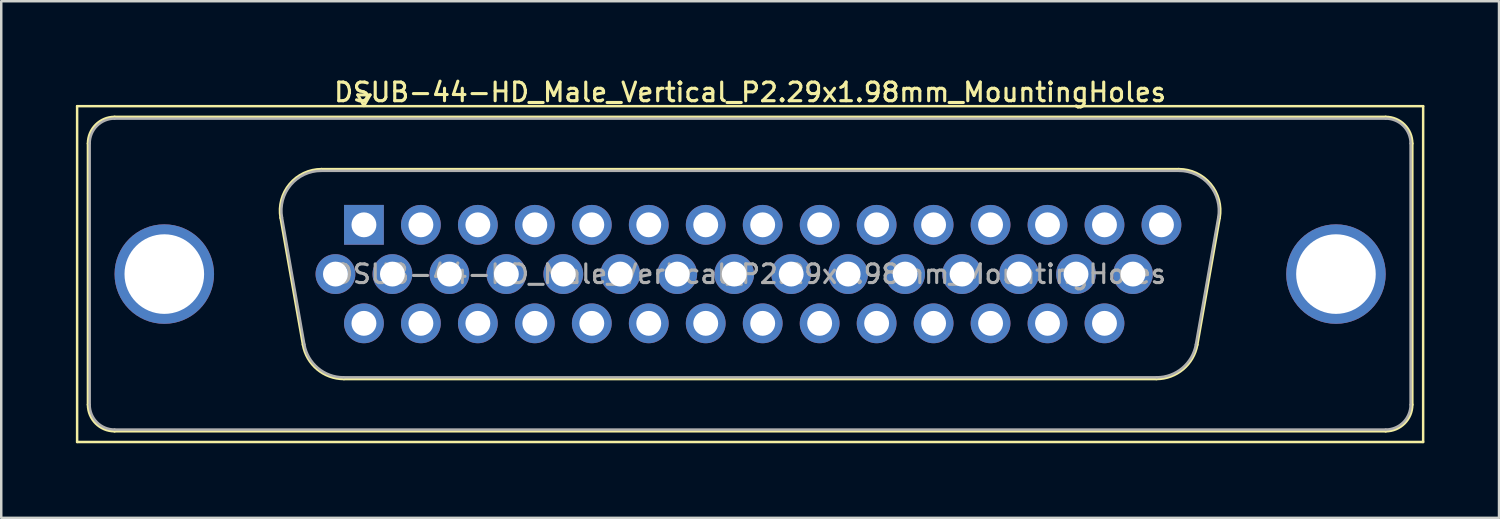
<source format=kicad_pcb>
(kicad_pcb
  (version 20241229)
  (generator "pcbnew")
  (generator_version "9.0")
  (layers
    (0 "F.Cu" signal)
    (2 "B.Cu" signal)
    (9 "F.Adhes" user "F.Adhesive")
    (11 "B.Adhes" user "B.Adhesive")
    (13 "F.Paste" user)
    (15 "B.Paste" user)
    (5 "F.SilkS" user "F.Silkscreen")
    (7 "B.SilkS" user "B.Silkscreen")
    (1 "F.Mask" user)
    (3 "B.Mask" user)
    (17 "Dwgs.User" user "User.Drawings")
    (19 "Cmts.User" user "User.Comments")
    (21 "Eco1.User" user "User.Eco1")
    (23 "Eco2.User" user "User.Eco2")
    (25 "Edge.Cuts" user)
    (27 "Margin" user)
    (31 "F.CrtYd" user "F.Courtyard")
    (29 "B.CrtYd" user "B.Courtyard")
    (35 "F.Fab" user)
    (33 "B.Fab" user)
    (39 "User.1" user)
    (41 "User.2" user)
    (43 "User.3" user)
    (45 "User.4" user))
  (footprint "DSUB-44-HD_Male_Vertical_P2.29x1.98mm_MountingHoles"
    (layer "F.Cu")
    (at 11.58 5.988)
    (property "Reference" "DSUB-44-HD_Male_Vertical_P2.29x1.98mm_MountingHoles" (at 15.525 -5.33 0) (layer "F.SilkS") (effects (font (size 0.75 0.75) (thickness 0.125))))
    (attr through_hole)
    (fp_line (start -11.53 -4.77) (end -11.53 8.73) (stroke (width 0.1) (type solid)) (layer "F.SilkS"))
    (fp_line (start -11.53 8.73) (end 42.58 8.73) (stroke (width 0.1) (type solid)) (layer "F.SilkS"))
    (fp_line (start -11.085 7.23) (end -11.085 -3.27) (stroke (width 0.12) (type solid)) (layer "F.SilkS"))
    (fp_line (start -10.025 -4.33) (end 41.075 -4.33) (stroke (width 0.12) (type solid)) (layer "F.SilkS"))
    (fp_line (start -3.341 -0.282) (end -2.442 4.818) (stroke (width 0.12) (type solid)) (layer "F.SilkS"))
    (fp_line (start -1.707 -2.23) (end 32.757 -2.23) (stroke (width 0.12) (type solid)) (layer "F.SilkS"))
    (fp_line (start -0.807 6.19) (end 31.857 6.19) (stroke (width 0.12) (type solid)) (layer "F.SilkS"))
    (fp_line (start -0.25 -5.224) (end 0.25 -5.224) (stroke (width 0.12) (type solid)) (layer "F.SilkS"))
    (fp_line (start 0 -4.791) (end -0.25 -5.224) (stroke (width 0.12) (type solid)) (layer "F.SilkS"))
    (fp_line (start 0.25 -5.224) (end 0 -4.791) (stroke (width 0.12) (type solid)) (layer "F.SilkS"))
    (fp_line (start 34.391 -0.282) (end 33.492 4.818) (stroke (width 0.12) (type solid)) (layer "F.SilkS"))
    (fp_line (start 41.075 8.29) (end -10.025 8.29) (stroke (width 0.12) (type solid)) (layer "F.SilkS"))
    (fp_line (start 42.135 -3.27) (end 42.135 7.23) (stroke (width 0.12) (type solid)) (layer "F.SilkS"))
    (fp_line (start 42.58 -4.77) (end -11.53 -4.77) (stroke (width 0.1) (type solid)) (layer "F.SilkS"))
    (fp_line (start 42.58 8.73) (end 42.58 -4.77) (stroke (width 0.1) (type solid)) (layer "F.SilkS"))
    (fp_arc (start -11.085 -3.27) (mid -10.774533 -4.019533) (end -10.025 -4.33) (stroke (width 0.12) (type solid)) (layer "F.SilkS"))
    (fp_arc (start -10.025 8.29) (mid -10.774533 7.979533) (end -11.085 7.23) (stroke (width 0.12) (type solid)) (layer "F.SilkS"))
    (fp_arc (start -3.34147 -0.281744) (mid -2.978323 -1.637027) (end -1.706689 -2.23) (stroke (width 0.12) (type solid)) (layer "F.SilkS"))
    (fp_arc (start -0.807421 6.19) (mid -1.874449 5.801634) (end -2.442202 4.818256) (stroke (width 0.12) (type solid)) (layer "F.SilkS"))
    (fp_arc (start 32.756689 -2.23) (mid 34.028323 -1.637027) (end 34.39147 -0.281744) (stroke (width 0.12) (type solid)) (layer "F.SilkS"))
    (fp_arc (start 33.492202 4.818256) (mid 32.924449 5.801634) (end 31.857421 6.19) (stroke (width 0.12) (type solid)) (layer "F.SilkS"))
    (fp_arc (start 41.075 -4.33) (mid 41.824533 -4.019533) (end 42.135 -3.27) (stroke (width 0.12) (type solid)) (layer "F.SilkS"))
    (fp_arc (start 42.135 7.23) (mid 41.824533 7.979533) (end 41.075 8.29) (stroke (width 0.12) (type solid)) (layer "F.SilkS"))
    (fp_line (start -11.025 7.23) (end -11.025 -3.27) (stroke (width 0.1) (type solid)) (layer "F.Fab"))
    (fp_line (start -10.025 -4.27) (end 41.075 -4.27) (stroke (width 0.1) (type solid)) (layer "F.Fab"))
    (fp_line (start -3.294 -0.292) (end -2.395 4.808) (stroke (width 0.1) (type solid)) (layer "F.Fab"))
    (fp_line (start -1.718 -2.17) (end 32.768 -2.17) (stroke (width 0.1) (type solid)) (layer "F.Fab"))
    (fp_line (start -0.819 6.13) (end 31.869 6.13) (stroke (width 0.1) (type solid)) (layer "F.Fab"))
    (fp_line (start 34.344 -0.292) (end 33.445 4.808) (stroke (width 0.1) (type solid)) (layer "F.Fab"))
    (fp_line (start 41.075 8.23) (end -10.025 8.23) (stroke (width 0.1) (type solid)) (layer "F.Fab"))
    (fp_line (start 42.075 -3.27) (end 42.075 7.23) (stroke (width 0.1) (type solid)) (layer "F.Fab"))
    (fp_arc (start -11.025 -3.27) (mid -10.732107 -3.977107) (end -10.025 -4.27) (stroke (width 0.1) (type solid)) (layer "F.Fab"))
    (fp_arc (start -10.025 8.23) (mid -10.732107 7.937107) (end -11.025 7.23) (stroke (width 0.1) (type solid)) (layer "F.Fab"))
    (fp_arc (start -3.293887 -0.292163) (mid -2.943865 -1.59846) (end -1.718194 -2.17) (stroke (width 0.1) (type solid)) (layer "F.Fab"))
    (fp_arc (start -0.818927 6.13) (mid -1.847387 5.755671) (end -2.394619 4.807837) (stroke (width 0.1) (type solid)) (layer "F.Fab"))
    (fp_arc (start 32.768194 -2.17) (mid 33.993865 -1.59846) (end 34.343887 -0.292163) (stroke (width 0.1) (type solid)) (layer "F.Fab"))
    (fp_arc (start 33.444619 4.807837) (mid 32.897387 5.755671) (end 31.868927 6.13) (stroke (width 0.1) (type solid)) (layer "F.Fab"))
    (fp_arc (start 41.075 -4.27) (mid 41.782107 -3.977107) (end 42.075 -3.27) (stroke (width 0.1) (type solid)) (layer "F.Fab"))
    (fp_arc (start 42.075 7.23) (mid 41.782107 7.937107) (end 41.075 8.23) (stroke (width 0.1) (type solid)) (layer "F.Fab"))
    (fp_text user "${REFERENCE}" (at 15.525 1.98 0) (layer "F.Fab") (effects (font (size 0.75 0.75) (thickness 0.125))))
    (pad "0" thru_hole circle (at -8.025 1.98) (size 4 4) (drill 3.2) (layers "*.Cu" "*.Mask"))
    (pad "0" thru_hole circle (at 39.075 1.98) (size 4 4) (drill 3.2) (layers "*.Cu" "*.Mask"))
    (pad "1" thru_hole rect (at 0 0) (size 1.6 1.6) (drill 1) (layers "*.Cu" "*.Mask"))
    (pad "2" thru_hole circle (at 2.29 0) (size 1.6 1.6) (drill 1) (layers "*.Cu" "*.Mask"))
    (pad "3" thru_hole circle (at 4.58 0) (size 1.6 1.6) (drill 1) (layers "*.Cu" "*.Mask"))
    (pad "4" thru_hole circle (at 6.87 0) (size 1.6 1.6) (drill 1) (layers "*.Cu" "*.Mask"))
    (pad "5" thru_hole circle (at 9.16 0) (size 1.6 1.6) (drill 1) (layers "*.Cu" "*.Mask"))
    (pad "6" thru_hole circle (at 11.45 0) (size 1.6 1.6) (drill 1) (layers "*.Cu" "*.Mask"))
    (pad "7" thru_hole circle (at 13.74 0) (size 1.6 1.6) (drill 1) (layers "*.Cu" "*.Mask"))
    (pad "8" thru_hole circle (at 16.03 0) (size 1.6 1.6) (drill 1) (layers "*.Cu" "*.Mask"))
    (pad "9" thru_hole circle (at 18.32 0) (size 1.6 1.6) (drill 1) (layers "*.Cu" "*.Mask"))
    (pad "10" thru_hole circle (at 20.61 0) (size 1.6 1.6) (drill 1) (layers "*.Cu" "*.Mask"))
    (pad "11" thru_hole circle (at 22.9 0) (size 1.6 1.6) (drill 1) (layers "*.Cu" "*.Mask"))
    (pad "12" thru_hole circle (at 25.19 0) (size 1.6 1.6) (drill 1) (layers "*.Cu" "*.Mask"))
    (pad "13" thru_hole circle (at 27.48 0) (size 1.6 1.6) (drill 1) (layers "*.Cu" "*.Mask"))
    (pad "14" thru_hole circle (at 29.77 0) (size 1.6 1.6) (drill 1) (layers "*.Cu" "*.Mask"))
    (pad "15" thru_hole circle (at 32.06 0) (size 1.6 1.6) (drill 1) (layers "*.Cu" "*.Mask"))
    (pad "16" thru_hole circle (at -1.145 1.98) (size 1.6 1.6) (drill 1) (layers "*.Cu" "*.Mask"))
    (pad "17" thru_hole circle (at 1.145 1.98) (size 1.6 1.6) (drill 1) (layers "*.Cu" "*.Mask"))
    (pad "18" thru_hole circle (at 3.435 1.98) (size 1.6 1.6) (drill 1) (layers "*.Cu" "*.Mask"))
    (pad "19" thru_hole circle (at 5.725 1.98) (size 1.6 1.6) (drill 1) (layers "*.Cu" "*.Mask"))
    (pad "20" thru_hole circle (at 8.015 1.98) (size 1.6 1.6) (drill 1) (layers "*.Cu" "*.Mask"))
    (pad "21" thru_hole circle (at 10.305 1.98) (size 1.6 1.6) (drill 1) (layers "*.Cu" "*.Mask"))
    (pad "22" thru_hole circle (at 12.595 1.98) (size 1.6 1.6) (drill 1) (layers "*.Cu" "*.Mask"))
    (pad "23" thru_hole circle (at 14.885 1.98) (size 1.6 1.6) (drill 1) (layers "*.Cu" "*.Mask"))
    (pad "24" thru_hole circle (at 17.175 1.98) (size 1.6 1.6) (drill 1) (layers "*.Cu" "*.Mask"))
    (pad "25" thru_hole circle (at 19.465 1.98) (size 1.6 1.6) (drill 1) (layers "*.Cu" "*.Mask"))
    (pad "26" thru_hole circle (at 21.755 1.98) (size 1.6 1.6) (drill 1) (layers "*.Cu" "*.Mask"))
    (pad "27" thru_hole circle (at 24.045 1.98) (size 1.6 1.6) (drill 1) (layers "*.Cu" "*.Mask"))
    (pad "28" thru_hole circle (at 26.335 1.98) (size 1.6 1.6) (drill 1) (layers "*.Cu" "*.Mask"))
    (pad "29" thru_hole circle (at 28.625 1.98) (size 1.6 1.6) (drill 1) (layers "*.Cu" "*.Mask"))
    (pad "30" thru_hole circle (at 30.915 1.98) (size 1.6 1.6) (drill 1) (layers "*.Cu" "*.Mask"))
    (pad "31" thru_hole circle (at 0 3.96) (size 1.6 1.6) (drill 1) (layers "*.Cu" "*.Mask"))
    (pad "32" thru_hole circle (at 2.29 3.96) (size 1.6 1.6) (drill 1) (layers "*.Cu" "*.Mask"))
    (pad "33" thru_hole circle (at 4.58 3.96) (size 1.6 1.6) (drill 1) (layers "*.Cu" "*.Mask"))
    (pad "34" thru_hole circle (at 6.87 3.96) (size 1.6 1.6) (drill 1) (layers "*.Cu" "*.Mask"))
    (pad "35" thru_hole circle (at 9.16 3.96) (size 1.6 1.6) (drill 1) (layers "*.Cu" "*.Mask"))
    (pad "36" thru_hole circle (at 11.45 3.96) (size 1.6 1.6) (drill 1) (layers "*.Cu" "*.Mask"))
    (pad "37" thru_hole circle (at 13.74 3.96) (size 1.6 1.6) (drill 1) (layers "*.Cu" "*.Mask"))
    (pad "38" thru_hole circle (at 16.03 3.96) (size 1.6 1.6) (drill 1) (layers "*.Cu" "*.Mask"))
    (pad "39" thru_hole circle (at 18.32 3.96) (size 1.6 1.6) (drill 1) (layers "*.Cu" "*.Mask"))
    (pad "40" thru_hole circle (at 20.61 3.96) (size 1.6 1.6) (drill 1) (layers "*.Cu" "*.Mask"))
    (pad "41" thru_hole circle (at 22.9 3.96) (size 1.6 1.6) (drill 1) (layers "*.Cu" "*.Mask"))
    (pad "42" thru_hole circle (at 25.19 3.96) (size 1.6 1.6) (drill 1) (layers "*.Cu" "*.Mask"))
    (pad "43" thru_hole circle (at 27.48 3.96) (size 1.6 1.6) (drill 1) (layers "*.Cu" "*.Mask"))
    (pad "44" thru_hole circle (at 29.77 3.96) (size 1.6 1.6) (drill 1) (layers "*.Cu" "*.Mask")))
  (gr_rect
    (start -3 -3)
    (end 57.21 17.768)
    (stroke (width 0.1) (type default))
    (fill no)
    (layer "Edge.Cuts")))
</source>
